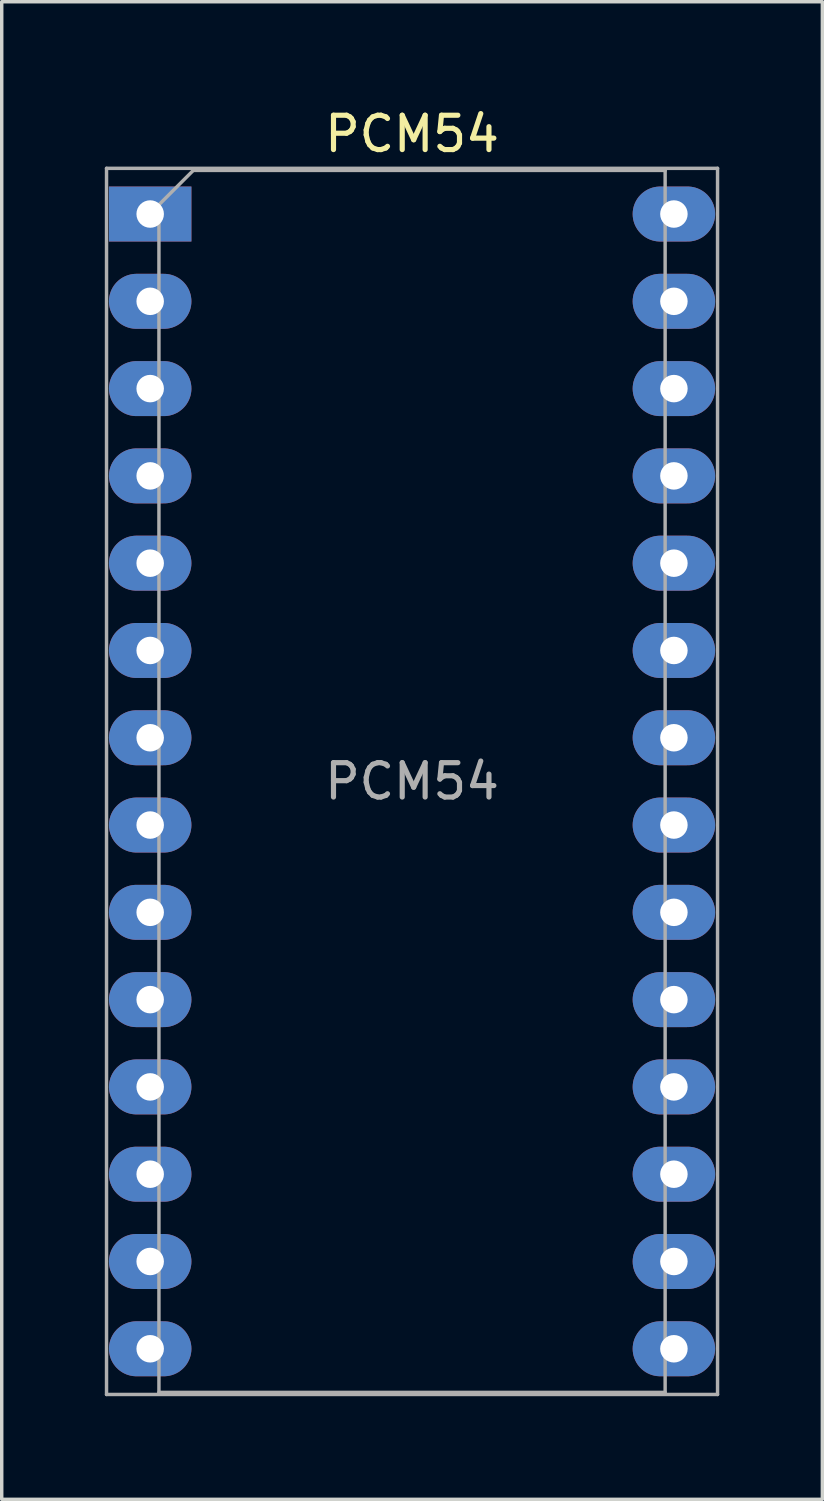
<source format=kicad_pcb>
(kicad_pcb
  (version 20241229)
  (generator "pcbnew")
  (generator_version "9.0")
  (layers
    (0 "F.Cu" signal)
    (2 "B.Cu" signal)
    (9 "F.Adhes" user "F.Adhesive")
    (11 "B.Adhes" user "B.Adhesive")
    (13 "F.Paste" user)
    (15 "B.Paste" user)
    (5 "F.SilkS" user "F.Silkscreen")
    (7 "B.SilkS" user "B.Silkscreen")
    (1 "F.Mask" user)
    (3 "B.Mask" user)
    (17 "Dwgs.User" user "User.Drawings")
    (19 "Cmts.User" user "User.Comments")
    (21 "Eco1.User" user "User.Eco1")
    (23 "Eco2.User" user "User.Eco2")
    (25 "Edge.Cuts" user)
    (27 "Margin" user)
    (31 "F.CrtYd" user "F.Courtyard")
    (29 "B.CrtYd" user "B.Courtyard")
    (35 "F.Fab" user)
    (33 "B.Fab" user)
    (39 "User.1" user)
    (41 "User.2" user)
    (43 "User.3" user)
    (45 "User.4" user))
  (footprint "PCM54"
    (layer "F.Cu")
    (at 1.32 3.178)
    (property "Reference" "PCM54" (at 7.62 -2.33 0) (layer "F.SilkS") (effects (font (size 1 1) (thickness 0.15))))
    (attr through_hole)
    (fp_line (start -1.27 -1.33) (end -1.27 34.35) (stroke (width 0.1) (type solid)) (layer "F.Fab"))
    (fp_line (start -1.27 34.35) (end 16.51 34.35) (stroke (width 0.1) (type solid)) (layer "F.Fab"))
    (fp_line (start 0.255 -0.27) (end 1.255 -1.27) (stroke (width 0.1) (type solid)) (layer "F.Fab"))
    (fp_line (start 0.255 34.29) (end 0.255 -0.27) (stroke (width 0.1) (type solid)) (layer "F.Fab"))
    (fp_line (start 1.255 -1.27) (end 14.985 -1.27) (stroke (width 0.1) (type solid)) (layer "F.Fab"))
    (fp_line (start 14.985 -1.27) (end 14.985 34.29) (stroke (width 0.1) (type solid)) (layer "F.Fab"))
    (fp_line (start 14.985 34.29) (end 0.255 34.29) (stroke (width 0.1) (type solid)) (layer "F.Fab"))
    (fp_line (start 16.51 -1.33) (end -1.27 -1.33) (stroke (width 0.1) (type solid)) (layer "F.Fab"))
    (fp_line (start 16.51 34.35) (end 16.51 -1.33) (stroke (width 0.1) (type solid)) (layer "F.Fab"))
    (fp_text user "${REFERENCE}" (at 7.62 16.51 0) (layer "F.Fab") (effects (font (size 1 1) (thickness 0.15))))
    (pad "1" thru_hole rect (at 0 0) (size 2.4 1.6) (drill 0.8) (layers "*.Cu" "*.Mask"))
    (pad "2" thru_hole oval (at 0 2.54) (size 2.4 1.6) (drill 0.8) (layers "*.Cu" "*.Mask"))
    (pad "3" thru_hole oval (at 0 5.08) (size 2.4 1.6) (drill 0.8) (layers "*.Cu" "*.Mask"))
    (pad "4" thru_hole oval (at 0 7.62) (size 2.4 1.6) (drill 0.8) (layers "*.Cu" "*.Mask"))
    (pad "5" thru_hole oval (at 0 10.16) (size 2.4 1.6) (drill 0.8) (layers "*.Cu" "*.Mask"))
    (pad "6" thru_hole oval (at 0 12.7) (size 2.4 1.6) (drill 0.8) (layers "*.Cu" "*.Mask"))
    (pad "7" thru_hole oval (at 0 15.24) (size 2.4 1.6) (drill 0.8) (layers "*.Cu" "*.Mask"))
    (pad "8" thru_hole oval (at 0 17.78) (size 2.4 1.6) (drill 0.8) (layers "*.Cu" "*.Mask"))
    (pad "9" thru_hole oval (at 0 20.32) (size 2.4 1.6) (drill 0.8) (layers "*.Cu" "*.Mask"))
    (pad "10" thru_hole oval (at 0 22.86) (size 2.4 1.6) (drill 0.8) (layers "*.Cu" "*.Mask"))
    (pad "11" thru_hole oval (at 0 25.4) (size 2.4 1.6) (drill 0.8) (layers "*.Cu" "*.Mask"))
    (pad "12" thru_hole oval (at 0 27.94) (size 2.4 1.6) (drill 0.8) (layers "*.Cu" "*.Mask"))
    (pad "13" thru_hole oval (at 0 30.48) (size 2.4 1.6) (drill 0.8) (layers "*.Cu" "*.Mask"))
    (pad "14" thru_hole oval (at 0 33.02) (size 2.4 1.6) (drill 0.8) (layers "*.Cu" "*.Mask"))
    (pad "15" thru_hole oval (at 15.24 33.02) (size 2.4 1.6) (drill 0.8) (layers "*.Cu" "*.Mask"))
    (pad "16" thru_hole oval (at 15.24 30.48) (size 2.4 1.6) (drill 0.8) (layers "*.Cu" "*.Mask"))
    (pad "17" thru_hole oval (at 15.24 27.94) (size 2.4 1.6) (drill 0.8) (layers "*.Cu" "*.Mask"))
    (pad "18" thru_hole oval (at 15.24 25.4) (size 2.4 1.6) (drill 0.8) (layers "*.Cu" "*.Mask"))
    (pad "19" thru_hole oval (at 15.24 22.86) (size 2.4 1.6) (drill 0.8) (layers "*.Cu" "*.Mask"))
    (pad "20" thru_hole oval (at 15.24 20.32) (size 2.4 1.6) (drill 0.8) (layers "*.Cu" "*.Mask"))
    (pad "21" thru_hole oval (at 15.24 17.78) (size 2.4 1.6) (drill 0.8) (layers "*.Cu" "*.Mask"))
    (pad "22" thru_hole oval (at 15.24 15.24) (size 2.4 1.6) (drill 0.8) (layers "*.Cu" "*.Mask"))
    (pad "23" thru_hole oval (at 15.24 12.7) (size 2.4 1.6) (drill 0.8) (layers "*.Cu" "*.Mask"))
    (pad "24" thru_hole oval (at 15.24 10.16) (size 2.4 1.6) (drill 0.8) (layers "*.Cu" "*.Mask"))
    (pad "25" thru_hole oval (at 15.24 7.62) (size 2.4 1.6) (drill 0.8) (layers "*.Cu" "*.Mask"))
    (pad "26" thru_hole oval (at 15.24 5.08) (size 2.4 1.6) (drill 0.8) (layers "*.Cu" "*.Mask"))
    (pad "27" thru_hole oval (at 15.24 2.54) (size 2.4 1.6) (drill 0.8) (layers "*.Cu" "*.Mask"))
    (pad "28" thru_hole oval (at 15.24 0) (size 2.4 1.6) (drill 0.8) (layers "*.Cu" "*.Mask")))
  (gr_rect
    (start -3 -3)
    (end 20.88 40.578)
    (stroke (width 0.1) (type default))
    (fill no)
    (layer "Edge.Cuts")))
</source>
